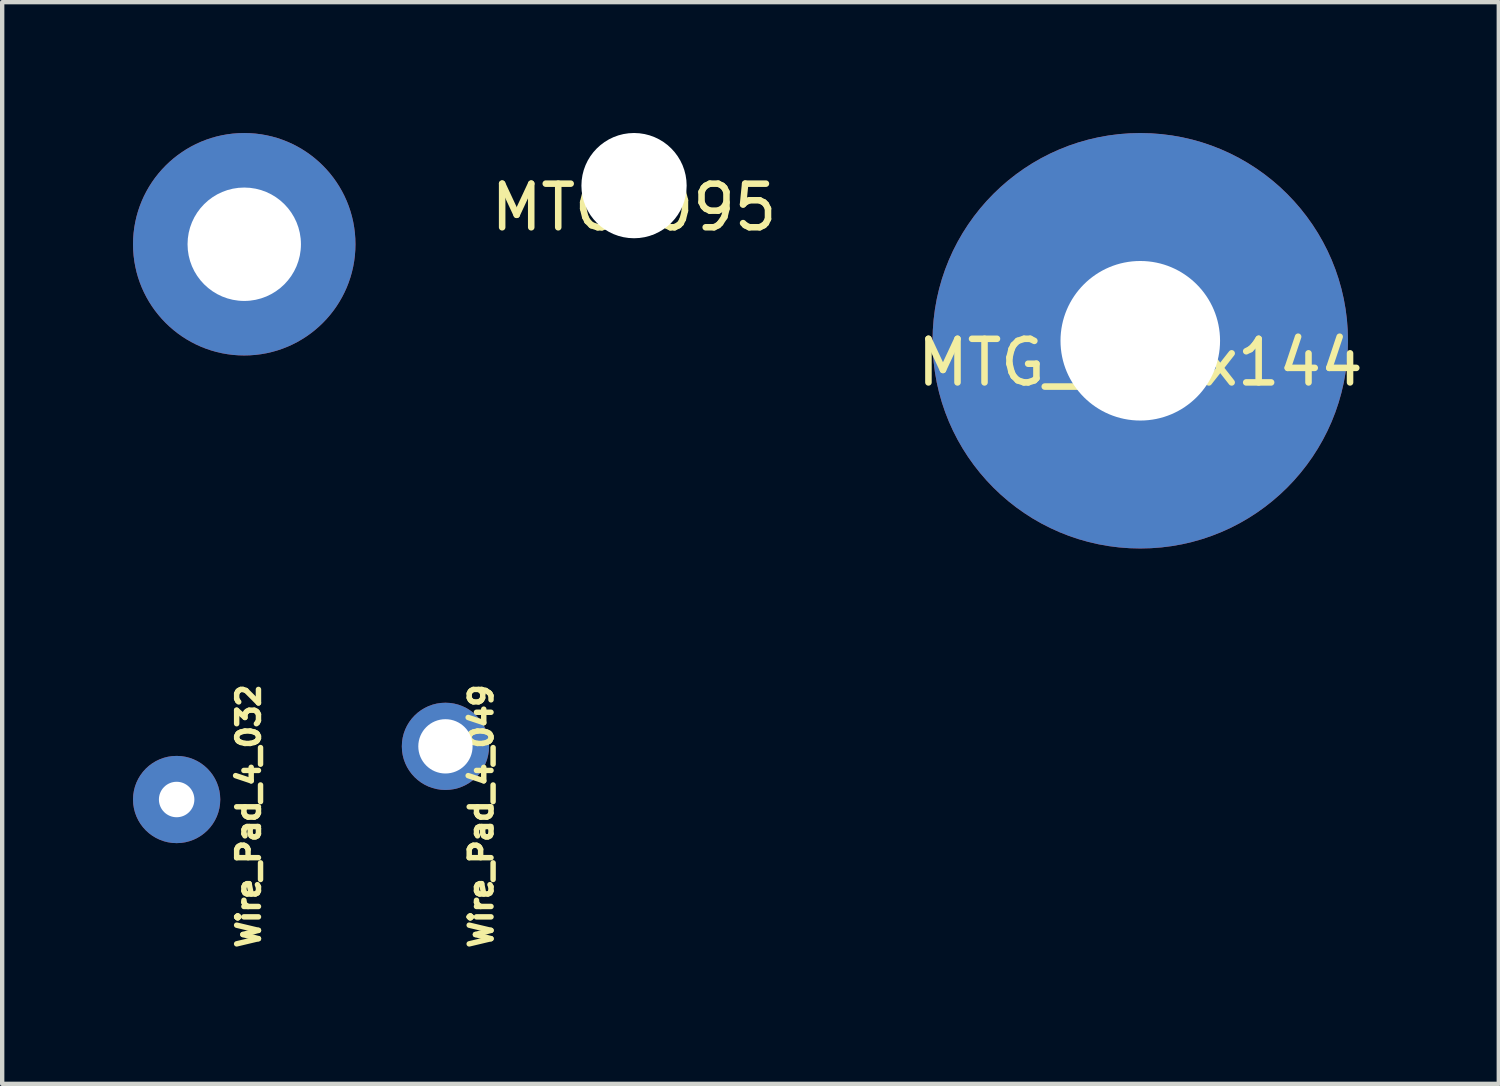
<source format=kicad_pcb>
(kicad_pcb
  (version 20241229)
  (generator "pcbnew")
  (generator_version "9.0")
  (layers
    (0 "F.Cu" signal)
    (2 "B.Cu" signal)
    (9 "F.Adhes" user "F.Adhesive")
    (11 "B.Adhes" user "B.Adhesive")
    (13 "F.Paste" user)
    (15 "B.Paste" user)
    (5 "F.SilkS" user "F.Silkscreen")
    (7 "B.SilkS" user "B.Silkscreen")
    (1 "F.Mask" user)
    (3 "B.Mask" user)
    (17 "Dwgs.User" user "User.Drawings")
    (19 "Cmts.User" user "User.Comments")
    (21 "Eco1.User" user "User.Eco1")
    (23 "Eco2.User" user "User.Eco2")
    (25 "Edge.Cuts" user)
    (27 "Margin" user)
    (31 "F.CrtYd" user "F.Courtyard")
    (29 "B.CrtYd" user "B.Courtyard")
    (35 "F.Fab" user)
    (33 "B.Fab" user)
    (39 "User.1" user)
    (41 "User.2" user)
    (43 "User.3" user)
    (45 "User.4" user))
  (footprint "MTG_375x144"
    (layer "F.Cu")
    (at 23.094 4.763)
    (property "Reference" "MTG_375x144" (at 0 0.5 0) (layer "F.SilkS") (effects (font (size 1 1) (thickness 0.15))))
    (attr through_hole)
    (pad "1" thru_hole circle (at 0 0) (size 9.525 9.525) (drill 3.658) (layers "*.Cu" "*.Mask")))
  (footprint "MTG_095"
    (layer "F.Cu")
    (at 11.487 1.206)
    (property "Reference" "MTG_095" (at 0 0.5 0) (layer "F.SilkS") (effects (font (size 1 1) (thickness 0.15))))
    (attr through_hole)
    (pad "" np_thru_hole circle (at 0 0) (size 2.413 2.413) (drill 2.413) (layers "*.Cu" "*.Mask")))
  (footprint "Wire_Pad_4_032"
    (layer "F.Cu")
    (at 2.561 15.281)
    (property "Reference" "Wire_Pad_4_032" (at 0.09 0.381 90) (layer "F.SilkS") (effects (font (size 0.5 0.5) (thickness 0.125))))
    (attr through_hole)
    (pad "1" thru_hole circle (at -1.561 0) (size 2 2) (drill 0.813) (layers "*.Cu" "*.Mask")))
  (footprint "2.6mm_Hole"
    (layer "F.Cu")
    (at 2.55 2.55)
    (property "Reference" "2.6mm_Hole" (at 0.1 -0.1 0) (layer "F.SilkS") (effects (font (size 0.127 0.127) (thickness 0.025))))
    (attr through_hole)
    (pad "1" thru_hole circle (at 0 0) (size 5.1 5.1) (drill 2.6) (layers "*.Cu" "*.Mask")))
  (footprint "Wire_Pad_4_049"
    (layer "F.Cu")
    (at 7.683 14.062)
    (property "Reference" "Wire_Pad_4_049" (at 0.3 1.6 90) (layer "F.SilkS") (effects (font (size 0.5 0.5) (thickness 0.125))))
    (attr through_hole)
    (pad "1" thru_hole circle (at -0.52 0) (size 2 2) (drill 1.245) (layers "*.Cu" "*.Mask")))
  (gr_rect
    (start -3 -3)
    (end 31.314 21.8)
    (stroke (width 0.1) (type default))
    (fill no)
    (layer "Edge.Cuts")))
</source>
